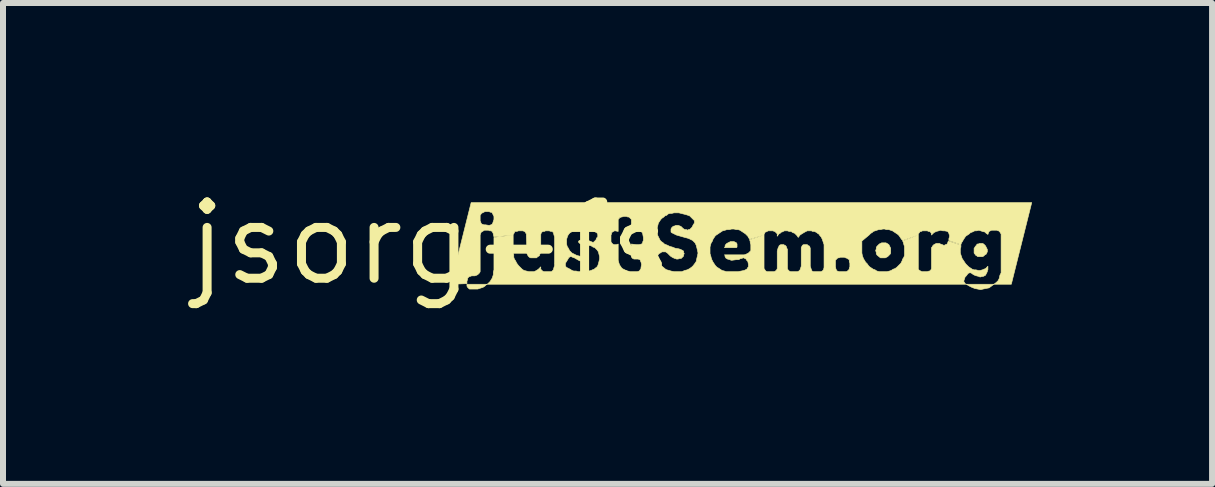
<source format=kicad_pcb>
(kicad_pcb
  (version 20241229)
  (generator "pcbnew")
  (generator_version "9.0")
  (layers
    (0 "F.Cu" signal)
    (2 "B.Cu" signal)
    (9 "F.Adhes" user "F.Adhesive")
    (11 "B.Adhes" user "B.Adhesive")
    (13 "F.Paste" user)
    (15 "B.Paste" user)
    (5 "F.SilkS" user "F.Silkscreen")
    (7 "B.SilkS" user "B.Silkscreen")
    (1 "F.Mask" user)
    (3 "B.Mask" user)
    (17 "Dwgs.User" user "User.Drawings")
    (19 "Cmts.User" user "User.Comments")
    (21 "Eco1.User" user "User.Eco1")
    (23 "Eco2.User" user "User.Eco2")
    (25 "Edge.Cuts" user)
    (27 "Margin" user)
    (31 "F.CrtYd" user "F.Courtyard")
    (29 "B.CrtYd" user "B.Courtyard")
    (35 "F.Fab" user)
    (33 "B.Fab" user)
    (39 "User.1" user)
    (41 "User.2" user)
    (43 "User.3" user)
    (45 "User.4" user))
  (footprint "jsorg-fs"
    (layer "F.Cu")
    (at 4.12 1.006)
    (property "Reference" "jsorg-fs" (at 0 0 0) (layer "F.SilkS") (effects (font (size 1.27 1.27) (thickness 0.15))))
    (attr board_only exclude_from_pos_files exclude_from_bom)
    (fp_poly (pts (xy 5.07 0.07) (xy 5.08 0.07) (xy 5.09 0.07) (xy 5.1 0.07) (xy 5.11 0.06) (xy 5.11 0.05) (xy 5.11 0.04) (xy 5.11 0.02) (xy 5.11 0.01) (xy 5.1 -0.01) (xy 5.08 -0.02) (xy 5.06 -0.03) (xy 5.03 -0.03) (xy 5 -0.03) (xy 4.98 -0.02) (xy 4.96 -0.01) (xy 4.94 0) (xy 4.92 0.02) (xy 4.91 0.04) (xy 4.91 0.06) (xy 4.9 0.07) (xy 5.07 0.07)) (stroke (width 0.01) (type solid)) (fill yes) (layer "F.SilkS"))
    (fp_poly (pts (xy 7.5 0.24) (xy 7.56 0.24) (xy 7.58 0.24) (xy 7.6 0.23) (xy 7.62 0.22) (xy 7.64 0.2) (xy 7.66 0.18) (xy 7.67 0.16) (xy 7.67 0.14) (xy 7.67 0.11) (xy 7.67 0.08) (xy 7.66 0.06) (xy 7.65 0.04) (xy 7.64 0.02) (xy 7.61 0) (xy 7.59 -0.01) (xy 7.57 -0.01) (xy 7.54 -0.01) (xy 7.52 -0.01) (xy 7.5 0) (xy 7.48 0.01) (xy 7.46 0.03) (xy 7.44 0.05) (xy 7.43 0.07) (xy 7.43 0.09) (xy 7.42 0.12) (xy 7.43 0.15) (xy 7.43 0.17) (xy 7.44 0.19) (xy 7.45 0.2) (xy 7.5 0.24)) (stroke (width 0.01) (type solid)) (fill yes) (layer "F.SilkS"))
    (fp_poly (pts (xy 9.06 0.16) (xy 9.09 0.2) (xy 9.11 0.21) (xy 9.12 0.22) (xy 9.14 0.22) (xy 9.16 0.22) (xy 9.18 0.22) (xy 9.2 0.22) (xy 9.22 0.21) (xy 9.24 0.19) (xy 9.26 0.18) (xy 9.27 0.16) (xy 9.28 0.14) (xy 9.28 0.12) (xy 9.28 0.1) (xy 9.27 0.08) (xy 9.26 0.06) (xy 9.25 0.04) (xy 9.23 0.02) (xy 9.22 0.01) (xy 9.2 0) (xy 9.18 0) (xy 9.15 0) (xy 9.13 0.01) (xy 9.11 0.01) (xy 9.1 0.03) (xy 9.08 0.05) (xy 9.07 0.07) (xy 9.06 0.08) (xy 9.06 0.1) (xy 9.06 0.16)) (stroke (width 0.01) (type solid)) (fill yes) (layer "F.SilkS"))
    (fp_poly (pts (xy 0.68 -0.68) (xy 0.34 0.68) (xy 0.61 0.67) (xy 0.61 0.63) (xy 0.62 0.6) (xy 0.62 0.58) (xy 0.63 0.57) (xy 0.64 0.56) (xy 0.65 0.55) (xy 0.66 0.55) (xy 0.69 0.54) (xy 0.73 0.54) (xy 0.74 0.54) (xy 0.77 0.53) (xy 0.79 0.52) (xy 0.8 0.51) (xy 0.81 0.5) (xy 0.82 0.49) (xy 0.83 0.47) (xy 0.83 0.43) (xy 0.83 -0.11) (xy 0.83 -0.14) (xy 0.84 -0.17) (xy 0.85 -0.19) (xy 0.87 -0.2) (xy 0.9 -0.22) (xy 0.97 -0.22) (xy 0.98 -0.3) (xy 0.92 -0.31) (xy 0.89 -0.31) (xy 0.87 -0.32) (xy 0.86 -0.32) (xy 0.85 -0.33) (xy 0.84 -0.35) (xy 0.84 -0.36) (xy 0.83 -0.37) (xy 0.83 -0.47) (xy 0.84 -0.48) (xy 0.85 -0.5) (xy 0.87 -0.51) (xy 0.89 -0.52) (xy 0.91 -0.53) (xy 0.94 -0.53) (xy 0.98 -0.53) (xy 1 -0.52) (xy 1.02 -0.52) (xy 1.03 -0.51) (xy 1.04 -0.49) (xy 1.05 -0.47) (xy 1.06 -0.45) (xy 1.06 -0.4) (xy 1.05 -0.37) (xy 1.04 -0.34) (xy 1.03 -0.32) (xy 1.01 -0.31) (xy 0.98 -0.3) (xy 0.97 -0.22) (xy 0.99 -0.21) (xy 1.01 -0.21) (xy 1.03 -0.2) (xy 1.04 -0.18) (xy 1.05 -0.16) (xy 1.05 -0.15) (xy 1.06 -0.11) (xy 1.38 -0.14) (xy 1.38 -0.15) (xy 1.39 -0.16) (xy 1.4 -0.18) (xy 1.41 -0.2) (xy 1.44 -0.2) (xy 1.47 -0.21) (xy 1.51 -0.21) (xy 1.54 -0.21) (xy 1.57 -0.2) (xy 1.58 -0.19) (xy 1.59 -0.18) (xy 1.59 -0.17) (xy 1.6 -0.16) (xy 1.6 -0.13) (xy 1.61 0.13) (xy 1.61 0.15) (xy 1.61 0.17) (xy 1.62 0.19) (xy 1.63 0.21) (xy 1.64 0.22) (xy 1.65 0.23) (xy 1.67 0.24) (xy 1.69 0.24) (xy 1.71 0.24) (xy 1.73 0.24) (xy 1.75 0.24) (xy 1.77 0.24) (xy 1.78 0.23) (xy 1.79 0.22) (xy 1.81 0.21) (xy 1.82 0.2) (xy 1.82 0.19) (xy 1.83 0.17) (xy 1.83 0.15) (xy 1.84 0.13) (xy 1.84 -0.12) (xy 1.84 -0.15) (xy 1.85 -0.18) (xy 1.86 -0.19) (xy 1.88 -0.2) (xy 1.9 -0.2) (xy 1.92 -0.21) (xy 1.95 -0.21) (xy 1.98 -0.21) (xy 2.01 -0.2) (xy 2.03 -0.2) (xy 2.04 -0.19) (xy 2.05 -0.18) (xy 2.06 -0.14) (xy 2.07 -0.11) (xy 2.07 0.37) (xy 2.25 0.35) (xy 2.25 0.33) (xy 2.27 0.3) (xy 2.3 0.25) (xy 2.31 0.23) (xy 2.32 0.23) (xy 2.33 0.22) (xy 2.35 0.22) (xy 2.37 0.23) (xy 2.4 0.24) (xy 2.47 0.28) (xy 2.49 0.29) (xy 2.51 0.29) (xy 2.55 0.29) (xy 2.58 0.28) (xy 2.59 0.28) (xy 2.6 0.27) (xy 2.61 0.27) (xy 2.61 0.26) (xy 2.61 0.25) (xy 2.6 0.25) (xy 2.59 0.24) (xy 2.58 0.23) (xy 2.56 0.23) (xy 2.52 0.22) (xy 2.48 0.21) (xy 2.44 0.2) (xy 2.4 0.18) (xy 2.36 0.16) (xy 2.34 0.14) (xy 2.32 0.12) (xy 2.3 0.08) (xy 2.28 0.05) (xy 2.27 0.01) (xy 2.27 -0.03) (xy 2.27 -0.07) (xy 2.28 -0.1) (xy 2.29 -0.13) (xy 2.31 -0.16) (xy 2.33 -0.18) (xy 2.35 -0.19) (xy 2.37 -0.2) (xy 2.39 -0.21) (xy 2.42 -0.22) (xy 2.45 -0.23) (xy 2.49 -0.23) (xy 2.52 -0.24) (xy 2.59 -0.24) (xy 2.62 -0.23) (xy 2.66 -0.23) (xy 2.69 -0.22) (xy 2.73 -0.2) (xy 2.75 -0.19) (xy 2.77 -0.18) (xy 2.78 -0.17) (xy 2.79 -0.15) (xy 2.79 -0.13) (xy 3.01 -0.14) (xy 3.02 -0.16) (xy 3.02 -0.18) (xy 3.05 -0.2) (xy 3.07 -0.21) (xy 3.08 -0.21) (xy 3.13 -0.2) (xy 3.13 -0.38) (xy 3.13 -0.4) (xy 3.15 -0.42) (xy 3.15 -0.43) (xy 3.16 -0.43) (xy 3.18 -0.44) (xy 3.19 -0.44) (xy 3.22 -0.45) (xy 3.25 -0.45) (xy 3.27 -0.45) (xy 3.29 -0.44) (xy 3.31 -0.44) (xy 3.32 -0.43) (xy 3.33 -0.42) (xy 3.34 -0.41) (xy 3.35 -0.4) (xy 3.35 -0.38) (xy 3.35 -0.34) (xy 3.35 -0.2) (xy 3.42 -0.21) (xy 3.47 -0.21) (xy 3.52 -0.2) (xy 3.52 -0.19) (xy 3.53 -0.18) (xy 3.54 -0.16) (xy 3.54 -0.15) (xy 3.78 -0.17) (xy 3.78 -0.21) (xy 3.78 -0.26) (xy 3.79 -0.3) (xy 3.8 -0.34) (xy 3.82 -0.37) (xy 3.84 -0.4) (xy 3.86 -0.42) (xy 3.89 -0.44) (xy 3.91 -0.46) (xy 3.94 -0.47) (xy 3.96 -0.49) (xy 3.99 -0.5) (xy 4.02 -0.5) (xy 4.06 -0.51) (xy 4.1 -0.51) (xy 4.14 -0.51) (xy 4.18 -0.5) (xy 4.22 -0.49) (xy 4.26 -0.48) (xy 4.29 -0.47) (xy 4.32 -0.46) (xy 4.36 -0.42) (xy 4.38 -0.4) (xy 4.4 -0.38) (xy 4.4 -0.36) (xy 4.4 -0.35) (xy 4.4 -0.34) (xy 4.38 -0.31) (xy 4.36 -0.27) (xy 4.33 -0.24) (xy 4.32 -0.23) (xy 4.3 -0.23) (xy 4.28 -0.22) (xy 4.27 -0.23) (xy 4.24 -0.23) (xy 4.21 -0.25) (xy 4.18 -0.28) (xy 4.16 -0.29) (xy 4.13 -0.3) (xy 4.09 -0.3) (xy 4.07 -0.29) (xy 4.06 -0.29) (xy 4.04 -0.28) (xy 4.03 -0.27) (xy 4.02 -0.26) (xy 4.01 -0.24) (xy 4.01 -0.23) (xy 4.01 -0.21) (xy 4.01 -0.19) (xy 4.02 -0.18) (xy 4.04 -0.17) (xy 4.06 -0.16) (xy 4.1 -0.14) (xy 4.24 -0.1) (xy 4.28 -0.09) (xy 4.31 -0.08) (xy 4.35 -0.06) (xy 4.37 -0.05) (xy 4.39 -0.03) (xy 4.41 -0.01) (xy 4.43 0.03) (xy 4.44 0.07) (xy 4.45 0.11) (xy 4.46 0.16) (xy 4.66 0.13) (xy 4.66 0.09) (xy 4.66 0.06) (xy 4.67 0.02) (xy 4.68 -0.01) (xy 4.7 -0.04) (xy 4.71 -0.07) (xy 4.73 -0.1) (xy 4.75 -0.13) (xy 4.78 -0.15) (xy 4.81 -0.17) (xy 4.84 -0.19) (xy 4.87 -0.21) (xy 4.91 -0.22) (xy 4.94 -0.23) (xy 4.98 -0.23) (xy 5.02 -0.24) (xy 5.06 -0.24) (xy 5.1 -0.23) (xy 5.13 -0.23) (xy 5.16 -0.22) (xy 5.19 -0.2) (xy 5.22 -0.18) (xy 5.25 -0.16) (xy 5.27 -0.14) (xy 5.29 -0.12) (xy 5.3 -0.1) (xy 5.32 -0.07) (xy 5.56 -0.14) (xy 5.56 -0.15) (xy 5.57 -0.17) (xy 5.58 -0.19) (xy 5.59 -0.19) (xy 5.61 -0.2) (xy 5.63 -0.21) (xy 5.65 -0.21) (xy 5.68 -0.21) (xy 5.71 -0.21) (xy 5.73 -0.2) (xy 5.74 -0.2) (xy 5.75 -0.19) (xy 5.76 -0.18) (xy 5.77 -0.17) (xy 5.78 -0.16) (xy 5.78 -0.14) (xy 5.78 -0.12) (xy 5.81 -0.16) (xy 5.83 -0.17) (xy 5.85 -0.19) (xy 5.86 -0.19) (xy 5.88 -0.2) (xy 5.9 -0.21) (xy 5.92 -0.21) (xy 5.95 -0.21) (xy 5.98 -0.2) (xy 6.01 -0.2) (xy 6.04 -0.18) (xy 6.07 -0.17) (xy 6.09 -0.15) (xy 6.11 -0.13) (xy 6.13 -0.1) (xy 6.16 -0.14) (xy 6.19 -0.16) (xy 6.24 -0.19) (xy 6.26 -0.2) (xy 6.28 -0.21) (xy 6.3 -0.21) (xy 6.33 -0.21) (xy 6.35 -0.21) (xy 6.37 -0.2) (xy 6.4 -0.2) (xy 6.42 -0.19) (xy 6.44 -0.18) (xy 6.45 -0.17) (xy 6.48 -0.15) (xy 6.49 -0.13) (xy 6.51 -0.11) (xy 6.52 -0.09) (xy 6.53 -0.07) (xy 6.54 -0.04) (xy 6.55 -0.01) (xy 6.56 0.02) (xy 6.56 0.07) (xy 6.56 0.11) (xy 6.56 0.37) (xy 6.75 0.37) (xy 6.75 0.31) (xy 6.75 0.3) (xy 6.75 0.28) (xy 6.76 0.27) (xy 6.77 0.26) (xy 6.79 0.24) (xy 6.81 0.24) (xy 6.83 0.23) (xy 6.86 0.23) (xy 6.9 0.23) (xy 6.92 0.24) (xy 6.95 0.25) (xy 6.96 0.26) (xy 6.98 0.27) (xy 6.98 0.3) (xy 7.2 0.21) (xy 7.19 0.16) (xy 7.19 0.12) (xy 7.19 -0.04) (xy 7.31 -0.14) (xy 7.34 -0.17) (xy 7.36 -0.18) (xy 7.38 -0.2) (xy 7.41 -0.21) (xy 7.44 -0.22) (xy 7.47 -0.23) (xy 7.5 -0.23) (xy 7.54 -0.24) (xy 7.57 -0.24) (xy 7.6 -0.23) (xy 7.64 -0.23) (xy 7.67 -0.22) (xy 7.7 -0.21) (xy 7.73 -0.19) (xy 7.76 -0.17) (xy 7.79 -0.15) (xy 7.81 -0.13) (xy 7.83 -0.1) (xy 7.85 -0.07) (xy 7.87 -0.05) (xy 8.13 -0.14) (xy 8.13 -0.16) (xy 8.15 -0.18) (xy 8.15 -0.19) (xy 8.17 -0.2) (xy 8.18 -0.2) (xy 8.2 -0.21) (xy 8.25 -0.21) (xy 8.28 -0.21) (xy 8.3 -0.2) (xy 8.32 -0.2) (xy 8.34 -0.18) (xy 8.35 -0.16) (xy 8.35 -0.14) (xy 8.37 -0.16) (xy 8.39 -0.18) (xy 8.43 -0.2) (xy 8.47 -0.21) (xy 8.5 -0.22) (xy 8.54 -0.21) (xy 8.57 -0.21) (xy 8.62 -0.2) (xy 8.64 -0.17) (xy 8.64 -0.16) (xy 8.65 -0.14) (xy 8.65 -0.11) (xy 8.64 -0.08) (xy 8.64 -0.05) (xy 8.84 0.02) (xy 8.85 -0.01) (xy 8.87 -0.04) (xy 8.88 -0.06) (xy 8.9 -0.09) (xy 8.92 -0.12) (xy 8.95 -0.14) (xy 8.98 -0.16) (xy 9 -0.18) (xy 9.03 -0.19) (xy 9.07 -0.21) (xy 9.1 -0.21) (xy 9.14 -0.22) (xy 9.17 -0.21) (xy 9.2 -0.2) (xy 9.24 -0.19) (xy 9.26 -0.17) (xy 9.29 -0.15) (xy 9.3 -0.18) (xy 9.31 -0.2) (xy 9.33 -0.21) (xy 9.35 -0.22) (xy 9.37 -0.22) (xy 9.4 -0.22) (xy 9.42 -0.22) (xy 9.44 -0.22) (xy 9.46 -0.21) (xy 9.47 -0.21) (xy 9.48 -0.2) (xy 9.49 -0.19) (xy 9.5 -0.17) (xy 9.51 -0.16) (xy 9.51 -0.14) (xy 9.51 -0.12) (xy 9.51 0.43) (xy 9.51 0.49) (xy 9.49 0.53) (xy 9.48 0.58) (xy 9.46 0.62) (xy 9.43 0.65) (xy 9.39 0.68) (xy 9.35 0.71) (xy 9.31 0.74) (xy 9.26 0.75) (xy 9.21 0.76) (xy 9.17 0.77) (xy 9.12 0.76) (xy 9.07 0.75) (xy 9.02 0.73) (xy 8.98 0.71) (xy 8.93 0.68) (xy 8.91 0.67) (xy 8.9 0.65) (xy 8.89 0.64) (xy 8.89 0.62) (xy 8.9 0.59) (xy 8.91 0.56) (xy 8.93 0.54) (xy 8.96 0.5) (xy 8.98 0.49) (xy 9 0.49) (xy 9.01 0.49) (xy 9.02 0.5) (xy 9.05 0.52) (xy 9.07 0.53) (xy 9.1 0.54) (xy 9.14 0.55) (xy 9.16 0.56) (xy 9.19 0.55) (xy 9.21 0.55) (xy 9.23 0.54) (xy 9.25 0.53) (xy 9.26 0.51) (xy 9.27 0.49) (xy 9.28 0.47) (xy 9.28 0.45) (xy 9.29 0.44) (xy 9.29 0.38) (xy 9.27 0.4) (xy 9.25 0.42) (xy 9.22 0.43) (xy 9.2 0.44) (xy 9.16 0.45) (xy 9.13 0.45) (xy 9.09 0.44) (xy 9.06 0.44) (xy 9.03 0.43) (xy 9 0.41) (xy 8.97 0.39) (xy 8.95 0.37) (xy 8.92 0.34) (xy 8.9 0.31) (xy 8.88 0.28) (xy 8.86 0.25) (xy 8.85 0.22) (xy 8.84 0.19) (xy 8.83 0.16) (xy 8.83 0.12) (xy 8.83 0.09) (xy 8.84 0.06) (xy 8.84 0.03) (xy 8.63 -0.04) (xy 8.62 -0.01) (xy 8.61 0.01) (xy 8.59 0.02) (xy 8.58 0.02) (xy 8.57 0.03) (xy 8.55 0.03) (xy 8.53 0.02) (xy 8.5 0.01) (xy 8.48 0) (xy 8.45 0) (xy 8.43 0) (xy 8.41 0.01) (xy 8.39 0.02) (xy 8.37 0.04) (xy 8.36 0.06) (xy 8.35 0.07) (xy 8.35 0.09) (xy 8.35 0.41) (xy 8.35 0.42) (xy 8.34 0.44) (xy 8.32 0.46) (xy 8.31 0.46) (xy 8.28 0.47) (xy 8.26 0.47) (xy 8.22 0.47) (xy 8.19 0.47) (xy 8.17 0.46) (xy 8.15 0.45) (xy 8.14 0.44) (xy 8.13 0.43) (xy 8.13 0.41) (xy 8.13 0.39) (xy 8.13 -0.14) (xy 7.87 -0.04) (xy 7.88 -0.02) (xy 7.89 0.02) (xy 7.9 0.05) (xy 7.9 0.09) (xy 7.9 0.13) (xy 7.9 0.16) (xy 7.9 0.2) (xy 7.89 0.23) (xy 7.87 0.26) (xy 7.86 0.29) (xy 7.84 0.33) (xy 7.82 0.35) (xy 7.79 0.38) (xy 7.77 0.4) (xy 7.74 0.42) (xy 7.71 0.43) (xy 7.68 0.45) (xy 7.65 0.46) (xy 7.61 0.47) (xy 7.58 0.47) (xy 7.54 0.47) (xy 7.51 0.47) (xy 7.48 0.47) (xy 7.44 0.46) (xy 7.41 0.44) (xy 7.38 0.43) (xy 7.35 0.41) (xy 7.32 0.39) (xy 7.3 0.37) (xy 7.28 0.34) (xy 7.25 0.31) (xy 7.24 0.29) (xy 7.22 0.26) (xy 7.2 0.21) (xy 6.98 0.3) (xy 6.99 0.33) (xy 6.99 0.36) (xy 6.99 0.39) (xy 6.98 0.41) (xy 6.98 0.43) (xy 6.96 0.45) (xy 6.95 0.46) (xy 6.93 0.47) (xy 6.9 0.47) (xy 6.87 0.47) (xy 6.83 0.47) (xy 6.81 0.47) (xy 6.78 0.46) (xy 6.77 0.45) (xy 6.76 0.43) (xy 6.75 0.4) (xy 6.75 0.37) (xy 6.56 0.37) (xy 6.56 0.4) (xy 6.55 0.44) (xy 6.53 0.46) (xy 6.51 0.47) (xy 6.48 0.47) (xy 6.45 0.47) (xy 6.41 0.47) (xy 6.38 0.47) (xy 6.36 0.46) (xy 6.35 0.44) (xy 6.34 0.41) (xy 6.33 0.38) (xy 6.33 0.12) (xy 6.33 0.08) (xy 6.32 0.05) (xy 6.31 0.04) (xy 6.3 0.04) (xy 6.29 0.03) (xy 6.28 0.02) (xy 6.25 0.02) (xy 6.22 0.02) (xy 6.2 0.03) (xy 6.19 0.05) (xy 6.18 0.07) (xy 6.18 0.1) (xy 6.18 0.13) (xy 6.18 0.38) (xy 6.17 0.41) (xy 6.16 0.44) (xy 6.15 0.45) (xy 6.14 0.46) (xy 6.12 0.47) (xy 6.09 0.47) (xy 6.06 0.47) (xy 6.02 0.47) (xy 6 0.47) (xy 5.98 0.46) (xy 5.97 0.45) (xy 5.96 0.44) (xy 5.95 0.42) (xy 5.95 0.41) (xy 5.95 0.12) (xy 5.95 0.1) (xy 5.94 0.08) (xy 5.93 0.05) (xy 5.92 0.04) (xy 5.91 0.03) (xy 5.9 0.03) (xy 5.89 0.02) (xy 5.86 0.02) (xy 5.84 0.02) (xy 5.82 0.03) (xy 5.81 0.04) (xy 5.81 0.05) (xy 5.8 0.06) (xy 5.79 0.09) (xy 5.78 0.13) (xy 5.78 0.41) (xy 5.78 0.42) (xy 5.77 0.44) (xy 5.76 0.45) (xy 5.75 0.46) (xy 5.73 0.47) (xy 5.7 0.47) (xy 5.66 0.47) (xy 5.63 0.47) (xy 5.61 0.47) (xy 5.59 0.46) (xy 5.58 0.45) (xy 5.57 0.43) (xy 5.56 0.42) (xy 5.56 0.41) (xy 5.56 -0.14) (xy 5.32 -0.06) (xy 5.33 -0.03) (xy 5.33 -0.01) (xy 5.34 0.02) (xy 5.34 0.12) (xy 5.3 0.16) (xy 5.28 0.17) (xy 5.26 0.18) (xy 5.23 0.19) (xy 5.21 0.19) (xy 4.9 0.19) (xy 4.91 0.2) (xy 4.91 0.22) (xy 4.92 0.23) (xy 4.92 0.24) (xy 4.95 0.26) (xy 4.99 0.27) (xy 5.01 0.28) (xy 5.03 0.28) (xy 5.1 0.27) (xy 5.14 0.27) (xy 5.17 0.25) (xy 5.19 0.25) (xy 5.21 0.24) (xy 5.22 0.24) (xy 5.24 0.25) (xy 5.26 0.26) (xy 5.27 0.28) (xy 5.29 0.3) (xy 5.3 0.35) (xy 5.3 0.36) (xy 5.3 0.38) (xy 5.3 0.39) (xy 5.29 0.4) (xy 5.28 0.42) (xy 5.27 0.43) (xy 5.25 0.44) (xy 5.23 0.45) (xy 5.18 0.46) (xy 5.13 0.47) (xy 5.06 0.47) (xy 5.01 0.47) (xy 4.97 0.47) (xy 4.93 0.47) (xy 4.9 0.46) (xy 4.86 0.45) (xy 4.83 0.43) (xy 4.8 0.41) (xy 4.78 0.4) (xy 4.75 0.37) (xy 4.73 0.34) (xy 4.71 0.31) (xy 4.69 0.27) (xy 4.68 0.24) (xy 4.67 0.2) (xy 4.66 0.17) (xy 4.66 0.13) (xy 4.46 0.16) (xy 4.45 0.21) (xy 4.44 0.25) (xy 4.43 0.3) (xy 4.41 0.33) (xy 4.38 0.37) (xy 4.36 0.39) (xy 4.32 0.42) (xy 4.28 0.44) (xy 4.24 0.45) (xy 4.19 0.47) (xy 4.15 0.47) (xy 4.1 0.47) (xy 4.06 0.47) (xy 4.01 0.46) (xy 3.98 0.45) (xy 3.94 0.44) (xy 3.92 0.43) (xy 3.86 0.38) (xy 3.83 0.36) (xy 3.81 0.34) (xy 3.8 0.33) (xy 3.78 0.3) (xy 3.77 0.28) (xy 3.77 0.25) (xy 3.77 0.24) (xy 3.77 0.22) (xy 3.78 0.21) (xy 3.81 0.17) (xy 3.83 0.16) (xy 3.86 0.14) (xy 3.87 0.14) (xy 3.89 0.14) (xy 3.91 0.14) (xy 3.92 0.14) (xy 3.95 0.16) (xy 4 0.21) (xy 4.03 0.23) (xy 4.07 0.25) (xy 4.08 0.25) (xy 4.1 0.26) (xy 4.13 0.26) (xy 4.15 0.25) (xy 4.18 0.25) (xy 4.19 0.24) (xy 4.21 0.22) (xy 4.22 0.21) (xy 4.22 0.19) (xy 4.23 0.17) (xy 4.22 0.15) (xy 4.22 0.13) (xy 4.21 0.12) (xy 4.19 0.11) (xy 4.17 0.1) (xy 4.14 0.09) (xy 4.08 0.08) (xy 4.03 0.06) (xy 3.99 0.05) (xy 3.95 0.03) (xy 3.9 0.01) (xy 3.88 -0.01) (xy 3.85 -0.03) (xy 3.83 -0.05) (xy 3.81 -0.09) (xy 3.79 -0.13) (xy 3.78 -0.17) (xy 3.54 -0.15) (xy 3.55 -0.1) (xy 3.55 -0.05) (xy 3.54 -0.03) (xy 3.54 -0.02) (xy 3.53 0) (xy 3.52 0.01) (xy 3.48 0.02) (xy 3.43 0.02) (xy 3.35 0.01) (xy 3.35 0.2) (xy 3.35 0.22) (xy 3.36 0.24) (xy 3.37 0.25) (xy 3.38 0.25) (xy 3.39 0.26) (xy 3.43 0.26) (xy 3.46 0.26) (xy 3.49 0.27) (xy 3.5 0.28) (xy 3.5 0.29) (xy 3.51 0.31) (xy 3.52 0.35) (xy 3.51 0.4) (xy 3.51 0.42) (xy 3.5 0.43) (xy 3.49 0.45) (xy 3.48 0.46) (xy 3.45 0.47) (xy 3.42 0.47) (xy 3.38 0.47) (xy 3.33 0.47) (xy 3.29 0.46) (xy 3.26 0.45) (xy 3.24 0.44) (xy 3.22 0.43) (xy 3.2 0.42) (xy 3.18 0.4) (xy 3.17 0.38) (xy 3.16 0.37) (xy 3.15 0.35) (xy 3.14 0.32) (xy 3.13 0.28) (xy 3.13 0.23) (xy 3.13 0.01) (xy 3.1 0.02) (xy 3.07 0.02) (xy 3.06 0.02) (xy 3.04 0.01) (xy 3.03 0) (xy 3.02 -0.01) (xy 3.01 -0.03) (xy 3.01 -0.05) (xy 3.01 -0.09) (xy 3.01 -0.14) (xy 2.79 -0.13) (xy 2.79 -0.11) (xy 2.77 -0.09) (xy 2.76 -0.06) (xy 2.74 -0.04) (xy 2.72 -0.02) (xy 2.71 -0.02) (xy 2.7 -0.02) (xy 2.68 -0.03) (xy 2.63 -0.05) (xy 2.61 -0.05) (xy 2.58 -0.06) (xy 2.56 -0.06) (xy 2.52 -0.06) (xy 2.49 -0.05) (xy 2.48 -0.05) (xy 2.48 -0.04) (xy 2.47 -0.04) (xy 2.47 -0.03) (xy 2.47 -0.02) (xy 2.48 -0.01) (xy 2.49 0) (xy 2.51 0.01) (xy 2.54 0.02) (xy 2.6 0.02) (xy 2.64 0.03) (xy 2.68 0.04) (xy 2.71 0.06) (xy 2.74 0.07) (xy 2.75 0.08) (xy 2.77 0.1) (xy 2.78 0.11) (xy 2.8 0.14) (xy 2.81 0.18) (xy 2.82 0.22) (xy 2.82 0.26) (xy 2.81 0.3) (xy 2.8 0.34) (xy 2.79 0.37) (xy 2.77 0.4) (xy 2.75 0.41) (xy 2.73 0.43) (xy 2.7 0.44) (xy 2.68 0.45) (xy 2.64 0.46) (xy 2.6 0.47) (xy 2.56 0.47) (xy 2.52 0.47) (xy 2.49 0.47) (xy 2.46 0.47) (xy 2.43 0.46) (xy 2.39 0.46) (xy 2.36 0.45) (xy 2.33 0.43) (xy 2.27 0.4) (xy 2.26 0.39) (xy 2.25 0.37) (xy 2.25 0.35) (xy 2.07 0.37) (xy 2.06 0.4) (xy 2.05 0.44) (xy 2.04 0.45) (xy 2.03 0.46) (xy 2.02 0.47) (xy 2 0.47) (xy 1.97 0.47) (xy 1.94 0.47) (xy 1.92 0.47) (xy 1.89 0.47) (xy 1.87 0.46) (xy 1.86 0.45) (xy 1.85 0.44) (xy 1.84 0.43) (xy 1.84 0.42) (xy 1.84 0.39) (xy 1.83 0.4) (xy 1.82 0.41) (xy 1.8 0.43) (xy 1.77 0.45) (xy 1.75 0.46) (xy 1.73 0.47) (xy 1.71 0.47) (xy 1.69 0.47) (xy 1.64 0.47) (xy 1.6 0.46) (xy 1.56 0.45) (xy 1.53 0.43) (xy 1.5 0.4) (xy 1.47 0.37) (xy 1.44 0.33) (xy 1.42 0.29) (xy 1.4 0.26) (xy 1.39 0.23) (xy 1.39 0.19) (xy 1.38 0.16) (xy 1.38 -0.14) (xy 1.06 -0.1) (xy 1.06 0.44) (xy 1.05 0.48) (xy 1.05 0.52) (xy 1.04 0.55) (xy 1.03 0.58) (xy 1.01 0.61) (xy 1 0.63) (xy 0.98 0.65) (xy 0.96 0.67) (xy 0.93 0.69) (xy 0.91 0.71) (xy 0.88 0.73) (xy 0.85 0.74) (xy 0.82 0.75) (xy 0.79 0.76) (xy 0.77 0.76) (xy 0.74 0.76) (xy 0.66 0.76) (xy 0.65 0.76) (xy 0.63 0.74) (xy 0.62 0.73) (xy 0.61 0.71) (xy 0.61 0.68) (xy 0.34 0.68) (xy 9.68 0.68) (xy 10.02 -0.68) (xy 0.68 -0.68)) (stroke (width 0.01) (type solid)) (fill yes) (layer "F.SilkS")))
  (gr_rect
    (start -3 -3)
    (end 17.145 5.012)
    (stroke (width 0.1) (type default))
    (fill no)
    (layer "Edge.Cuts")))
</source>
